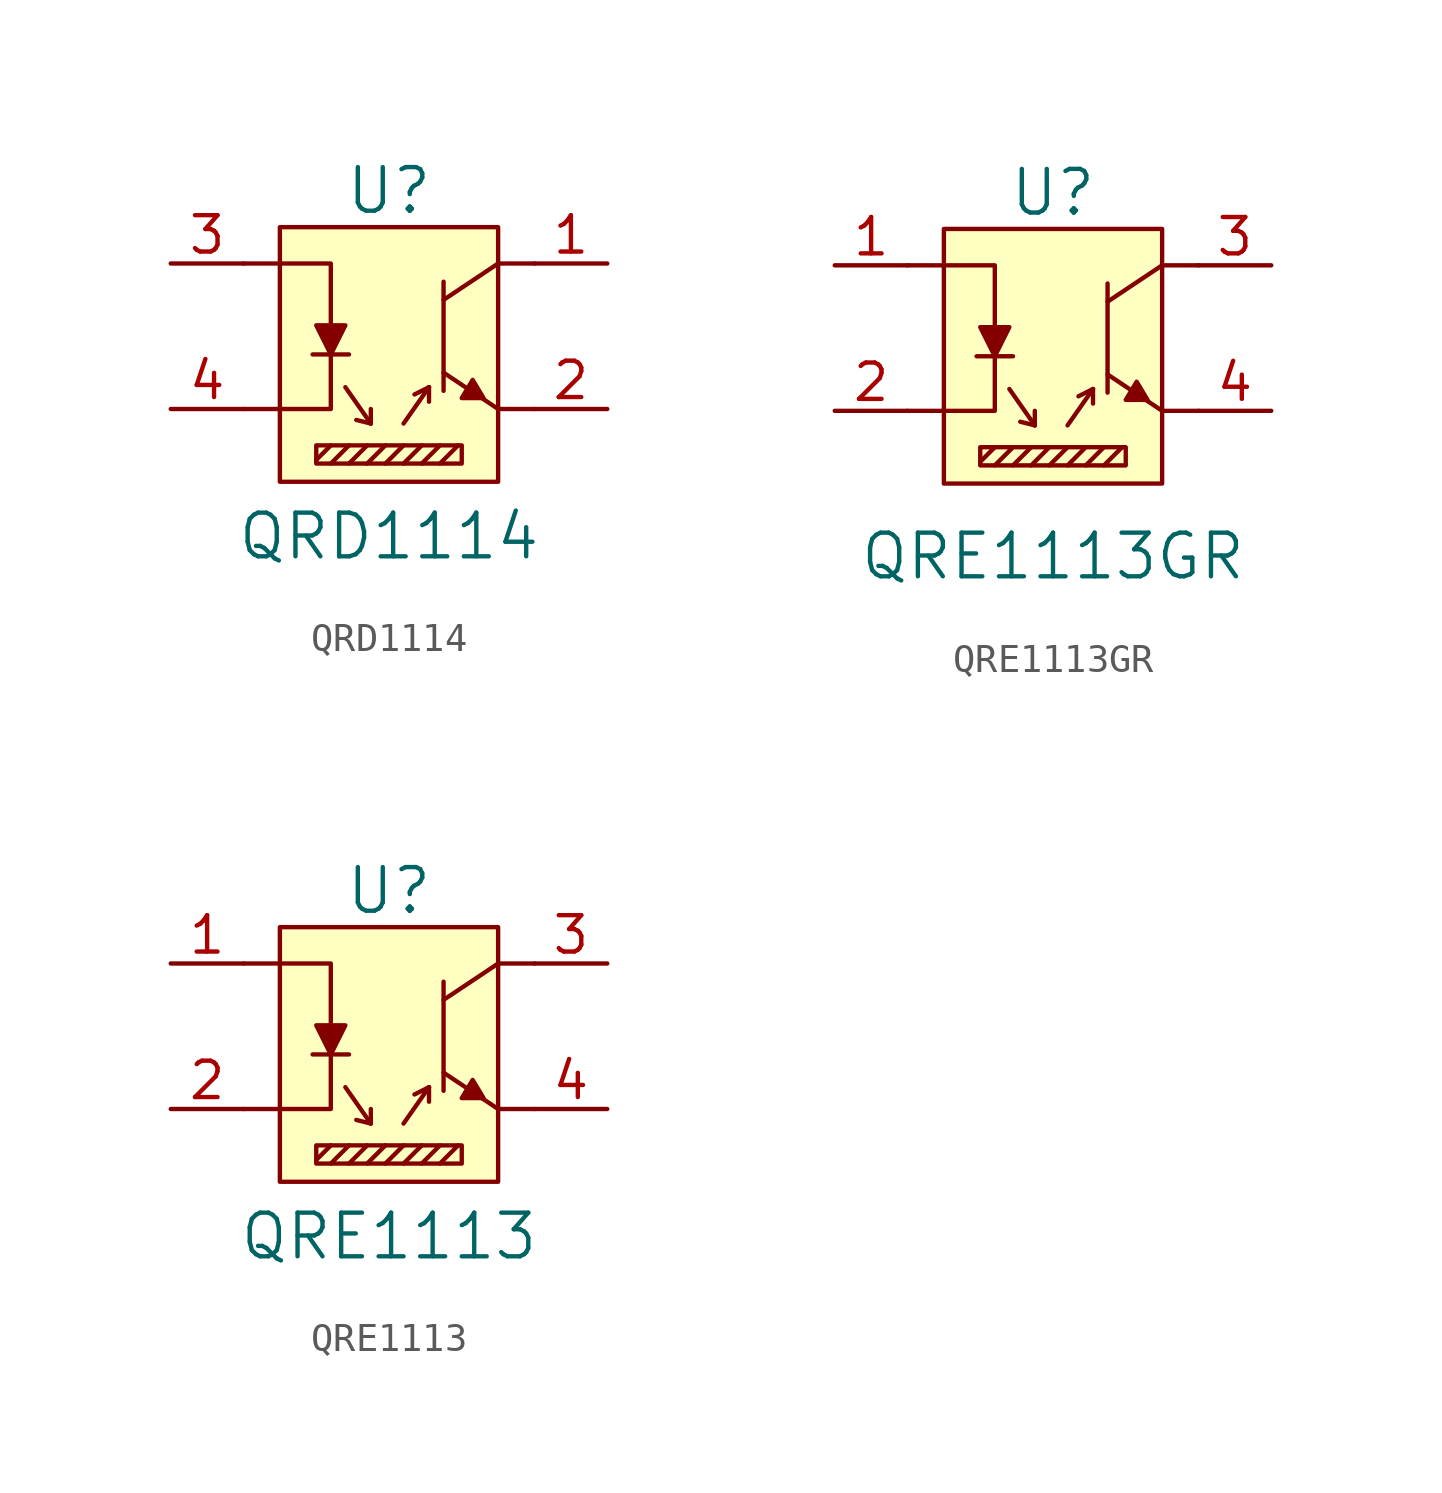
<source format=kicad_sym>
(kicad_symbol_lib
  (version 20220914)
  (generator kicad_symbol_editor)
  (symbol "QRD1114"
    (pin_names
      (offset 1.016))
    (property "Reference" "U"
      (at 0 5.08 0)
      (effects (font (size 1.524 1.524))))
    (property "Value" "QRD1114"
      (at 0 -6.985 0)
      (effects (font (size 1.524 1.524))))
    (symbol "QRD1114_0_1"
      (rectangle (start -3.81 3.81) (end 3.81 -5.08) (stroke (width 0) (type default)) (fill (type background)))
      (rectangle (start -2.54 -3.81) (end 2.54 -4.445) (stroke (width 0) (type default)) (fill (type none)))
      (polyline (pts (xy -2.667 -0.635) (xy -1.397 -0.635)) (stroke (width 0) (type default)) (fill (type none)))
      (polyline (pts (xy -2.54 -4.318) (xy -2.032 -3.81)) (stroke (width 0) (type default)) (fill (type none)))
      (polyline (pts (xy -2.032 -4.445) (xy -1.397 -3.81)) (stroke (width 0) (type default)) (fill (type none)))
      (polyline (pts (xy -1.524 -1.778) (xy -0.635 -3.048)) (stroke (width 0) (type default)) (fill (type none)))
      (polyline (pts (xy -1.397 -4.445) (xy -0.762 -3.81)) (stroke (width 0) (type default)) (fill (type none)))
      (polyline (pts (xy -0.762 -4.445) (xy -0.127 -3.81)) (stroke (width 0) (type default)) (fill (type none)))
      (polyline (pts (xy -0.635 -3.048) (xy -1.143 -2.921)) (stroke (width 0) (type default)) (fill (type none)))
      (polyline (pts (xy -0.635 -3.048) (xy -0.635 -2.54)) (stroke (width 0) (type default)) (fill (type none)))
      (polyline (pts (xy -0.127 -4.445) (xy 0.508 -3.81)) (stroke (width 0) (type default)) (fill (type none)))
      (polyline (pts (xy 0.508 -4.445) (xy 1.143 -3.81)) (stroke (width 0) (type default)) (fill (type none)))
      (polyline (pts (xy 0.508 -3.048) (xy 1.397 -1.778)) (stroke (width 0) (type default)) (fill (type none)))
      (polyline (pts (xy 1.143 -4.445) (xy 1.778 -3.81)) (stroke (width 0) (type default)) (fill (type none)))
      (polyline (pts (xy 1.397 -1.778) (xy 0.889 -2.032)) (stroke (width 0) (type default)) (fill (type none)))
      (polyline (pts (xy 1.397 -1.778) (xy 1.397 -2.286)) (stroke (width 0) (type default)) (fill (type none)))
      (polyline (pts (xy 1.778 -4.445) (xy 2.413 -3.81)) (stroke (width 0) (type default)) (fill (type none)))
      (polyline (pts (xy 1.905 -1.27) (xy 3.81 -2.54)) (stroke (width 0) (type default)) (fill (type none)))
      (polyline (pts (xy 1.905 1.905) (xy 1.905 -1.905)) (stroke (width 0) (type default)) (fill (type none)))
      (polyline (pts (xy 3.81 -2.54) (xy 5.08 -2.54)) (stroke (width 0) (type default)) (fill (type none)))
      (polyline (pts (xy 3.81 2.54) (xy 1.905 1.27)) (stroke (width 0) (type default)) (fill (type none)))
      (polyline (pts (xy 3.81 2.54) (xy 5.08 2.54)) (stroke (width 0) (type default)) (fill (type none)))
      (polyline (pts (xy -5.08 2.54) (xy -2.032 2.54) (xy -2.032 0.381)) (stroke (width 0) (type default)) (fill (type none)))
      (polyline (pts (xy -2.032 -0.635) (xy -2.032 -2.54) (xy -5.08 -2.54)) (stroke (width 0) (type default)) (fill (type none)))
      (polyline (pts (xy -2.54 0.381) (xy -1.524 0.381) (xy -2.032 -0.635) (xy -2.54 0.381)) (stroke (width 0) (type default)) (fill (type outline)))
      (polyline (pts (xy 2.921 -1.524) (xy 2.54 -2.159) (xy 3.302 -2.159) (xy 2.921 -1.524)) (stroke (width 0) (type default)) (fill (type outline))))
    (symbol "QRD1114_1_1"
      (pin passive line (at 7.62 2.54 180) (length 2.54) (name "~" (effects (font (size 1.27 1.27)))) (number "1" (effects (font (size 1.27 1.27)))))
      (pin passive line (at 7.62 -2.54 180) (length 2.54) (name "~" (effects (font (size 1.27 1.27)))) (number "2" (effects (font (size 1.27 1.27)))))
      (pin passive line (at -7.62 2.54 0) (length 2.54) (name "~" (effects (font (size 1.27 1.27)))) (number "3" (effects (font (size 1.27 1.27)))))
      (pin passive line (at -7.62 -2.54 0) (length 2.54) (name "~" (effects (font (size 1.27 1.27)))) (number "4" (effects (font (size 1.27 1.27)))))))
  (symbol "QRE1113GR"
    (pin_names
      (offset 0))
    (property "Reference" "U"
      (at 0 5.08 0)
      (effects (font (size 1.524 1.524))))
    (property "Value" "QRE1113GR"
      (at 0 -7.62 0)
      (effects (font (size 1.524 1.524))))
    (symbol "QRE1113GR_0_1"
      (rectangle (start -3.81 3.81) (end 3.81 -5.08) (stroke (width 0) (type default)) (fill (type background)))
      (rectangle (start -2.54 -3.81) (end 2.54 -4.445) (stroke (width 0) (type default)) (fill (type none)))
      (polyline (pts (xy -2.667 -0.635) (xy -1.397 -0.635)) (stroke (width 0) (type default)) (fill (type none)))
      (polyline (pts (xy -2.54 -4.318) (xy -2.032 -3.81)) (stroke (width 0) (type default)) (fill (type none)))
      (polyline (pts (xy -2.032 -4.445) (xy -1.397 -3.81)) (stroke (width 0) (type default)) (fill (type none)))
      (polyline (pts (xy -1.524 -1.778) (xy -0.635 -3.048)) (stroke (width 0) (type default)) (fill (type none)))
      (polyline (pts (xy -1.397 -4.445) (xy -0.762 -3.81)) (stroke (width 0) (type default)) (fill (type none)))
      (polyline (pts (xy -0.762 -4.445) (xy -0.127 -3.81)) (stroke (width 0) (type default)) (fill (type none)))
      (polyline (pts (xy -0.635 -3.048) (xy -1.143 -2.921)) (stroke (width 0) (type default)) (fill (type none)))
      (polyline (pts (xy -0.635 -3.048) (xy -0.635 -2.54)) (stroke (width 0) (type default)) (fill (type none)))
      (polyline (pts (xy -0.127 -4.445) (xy 0.508 -3.81)) (stroke (width 0) (type default)) (fill (type none)))
      (polyline (pts (xy 0.508 -4.445) (xy 1.143 -3.81)) (stroke (width 0) (type default)) (fill (type none)))
      (polyline (pts (xy 0.508 -3.048) (xy 1.397 -1.778)) (stroke (width 0) (type default)) (fill (type none)))
      (polyline (pts (xy 1.143 -4.445) (xy 1.778 -3.81)) (stroke (width 0) (type default)) (fill (type none)))
      (polyline (pts (xy 1.397 -1.778) (xy 0.889 -2.032)) (stroke (width 0) (type default)) (fill (type none)))
      (polyline (pts (xy 1.397 -1.778) (xy 1.397 -2.286)) (stroke (width 0) (type default)) (fill (type none)))
      (polyline (pts (xy 1.778 -4.445) (xy 2.413 -3.81)) (stroke (width 0) (type default)) (fill (type none)))
      (polyline (pts (xy 1.905 -1.27) (xy 3.81 -2.54)) (stroke (width 0) (type default)) (fill (type none)))
      (polyline (pts (xy 1.905 1.905) (xy 1.905 -1.905)) (stroke (width 0) (type default)) (fill (type none)))
      (polyline (pts (xy 3.81 -2.54) (xy 5.08 -2.54)) (stroke (width 0) (type default)) (fill (type none)))
      (polyline (pts (xy 3.81 2.54) (xy 1.905 1.27)) (stroke (width 0) (type default)) (fill (type none)))
      (polyline (pts (xy 3.81 2.54) (xy 5.08 2.54)) (stroke (width 0) (type default)) (fill (type none)))
      (polyline (pts (xy -5.08 2.54) (xy -2.032 2.54) (xy -2.032 0.381)) (stroke (width 0) (type default)) (fill (type none)))
      (polyline (pts (xy -2.032 -0.635) (xy -2.032 -2.54) (xy -5.08 -2.54)) (stroke (width 0) (type default)) (fill (type none)))
      (polyline (pts (xy -2.54 0.381) (xy -1.524 0.381) (xy -2.032 -0.635) (xy -2.54 0.381)) (stroke (width 0) (type default)) (fill (type outline)))
      (polyline (pts (xy 2.921 -1.524) (xy 2.54 -2.159) (xy 3.302 -2.159) (xy 2.921 -1.524)) (stroke (width 0) (type default)) (fill (type outline))))
    (symbol "QRE1113GR_1_1"
      (pin passive line (at -7.62 2.54 0) (length 2.54) (name "~" (effects (font (size 1.27 1.27)))) (number "1" (effects (font (size 1.27 1.27)))))
      (pin passive line (at -7.62 -2.54 0) (length 2.54) (name "~" (effects (font (size 1.27 1.27)))) (number "2" (effects (font (size 1.27 1.27)))))
      (pin passive line (at 7.62 2.54 180) (length 2.54) (name "~" (effects (font (size 1.27 1.27)))) (number "3" (effects (font (size 1.27 1.27)))))
      (pin passive line (at 7.62 -2.54 180) (length 2.54) (name "~" (effects (font (size 1.27 1.27)))) (number "4" (effects (font (size 1.27 1.27)))))))
  (symbol "QRE1113"
    (pin_names
      (offset 0))
    (property "Reference" "U"
      (at 0 5.08 0)
      (effects (font (size 1.524 1.524))))
    (property "Value" "QRE1113"
      (at 0 -6.985 0)
      (effects (font (size 1.524 1.524))))
    (symbol "QRE1113_0_1"
      (rectangle (start -3.81 3.81) (end 3.81 -5.08) (stroke (width 0) (type default)) (fill (type background)))
      (rectangle (start -2.54 -3.81) (end 2.54 -4.445) (stroke (width 0) (type default)) (fill (type none)))
      (polyline (pts (xy -2.667 -0.635) (xy -1.397 -0.635)) (stroke (width 0) (type default)) (fill (type none)))
      (polyline (pts (xy -2.54 -4.318) (xy -2.032 -3.81)) (stroke (width 0) (type default)) (fill (type none)))
      (polyline (pts (xy -2.032 -4.445) (xy -1.397 -3.81)) (stroke (width 0) (type default)) (fill (type none)))
      (polyline (pts (xy -1.524 -1.778) (xy -0.635 -3.048)) (stroke (width 0) (type default)) (fill (type none)))
      (polyline (pts (xy -1.397 -4.445) (xy -0.762 -3.81)) (stroke (width 0) (type default)) (fill (type none)))
      (polyline (pts (xy -0.762 -4.445) (xy -0.127 -3.81)) (stroke (width 0) (type default)) (fill (type none)))
      (polyline (pts (xy -0.635 -3.048) (xy -1.143 -2.921)) (stroke (width 0) (type default)) (fill (type none)))
      (polyline (pts (xy -0.635 -3.048) (xy -0.635 -2.54)) (stroke (width 0) (type default)) (fill (type none)))
      (polyline (pts (xy -0.127 -4.445) (xy 0.508 -3.81)) (stroke (width 0) (type default)) (fill (type none)))
      (polyline (pts (xy 0.508 -4.445) (xy 1.143 -3.81)) (stroke (width 0) (type default)) (fill (type none)))
      (polyline (pts (xy 0.508 -3.048) (xy 1.397 -1.778)) (stroke (width 0) (type default)) (fill (type none)))
      (polyline (pts (xy 1.143 -4.445) (xy 1.778 -3.81)) (stroke (width 0) (type default)) (fill (type none)))
      (polyline (pts (xy 1.397 -1.778) (xy 0.889 -2.032)) (stroke (width 0) (type default)) (fill (type none)))
      (polyline (pts (xy 1.397 -1.778) (xy 1.397 -2.286)) (stroke (width 0) (type default)) (fill (type none)))
      (polyline (pts (xy 1.778 -4.445) (xy 2.413 -3.81)) (stroke (width 0) (type default)) (fill (type none)))
      (polyline (pts (xy 1.905 -1.27) (xy 3.81 -2.54)) (stroke (width 0) (type default)) (fill (type none)))
      (polyline (pts (xy 1.905 1.905) (xy 1.905 -1.905)) (stroke (width 0) (type default)) (fill (type none)))
      (polyline (pts (xy 3.81 -2.54) (xy 5.08 -2.54)) (stroke (width 0) (type default)) (fill (type none)))
      (polyline (pts (xy 3.81 2.54) (xy 1.905 1.27)) (stroke (width 0) (type default)) (fill (type none)))
      (polyline (pts (xy 3.81 2.54) (xy 5.08 2.54)) (stroke (width 0) (type default)) (fill (type none)))
      (polyline (pts (xy -5.08 2.54) (xy -2.032 2.54) (xy -2.032 0.381)) (stroke (width 0) (type default)) (fill (type none)))
      (polyline (pts (xy -2.032 -0.635) (xy -2.032 -2.54) (xy -5.08 -2.54)) (stroke (width 0) (type default)) (fill (type none)))
      (polyline (pts (xy -2.54 0.381) (xy -1.524 0.381) (xy -2.032 -0.635) (xy -2.54 0.381)) (stroke (width 0) (type default)) (fill (type outline)))
      (polyline (pts (xy 2.921 -1.524) (xy 2.54 -2.159) (xy 3.302 -2.159) (xy 2.921 -1.524)) (stroke (width 0) (type default)) (fill (type outline))))
    (symbol "QRE1113_1_1"
      (pin passive line (at -7.62 2.54 0) (length 2.54) (name "~" (effects (font (size 1.27 1.27)))) (number "1" (effects (font (size 1.27 1.27)))))
      (pin passive line (at -7.62 -2.54 0) (length 2.54) (name "~" (effects (font (size 1.27 1.27)))) (number "2" (effects (font (size 1.27 1.27)))))
      (pin passive line (at 7.62 2.54 180) (length 2.54) (name "~" (effects (font (size 1.27 1.27)))) (number "3" (effects (font (size 1.27 1.27)))))
      (pin passive line (at 7.62 -2.54 180) (length 2.54) (name "~" (effects (font (size 1.27 1.27)))) (number "4" (effects (font (size 1.27 1.27))))))))
</source>
